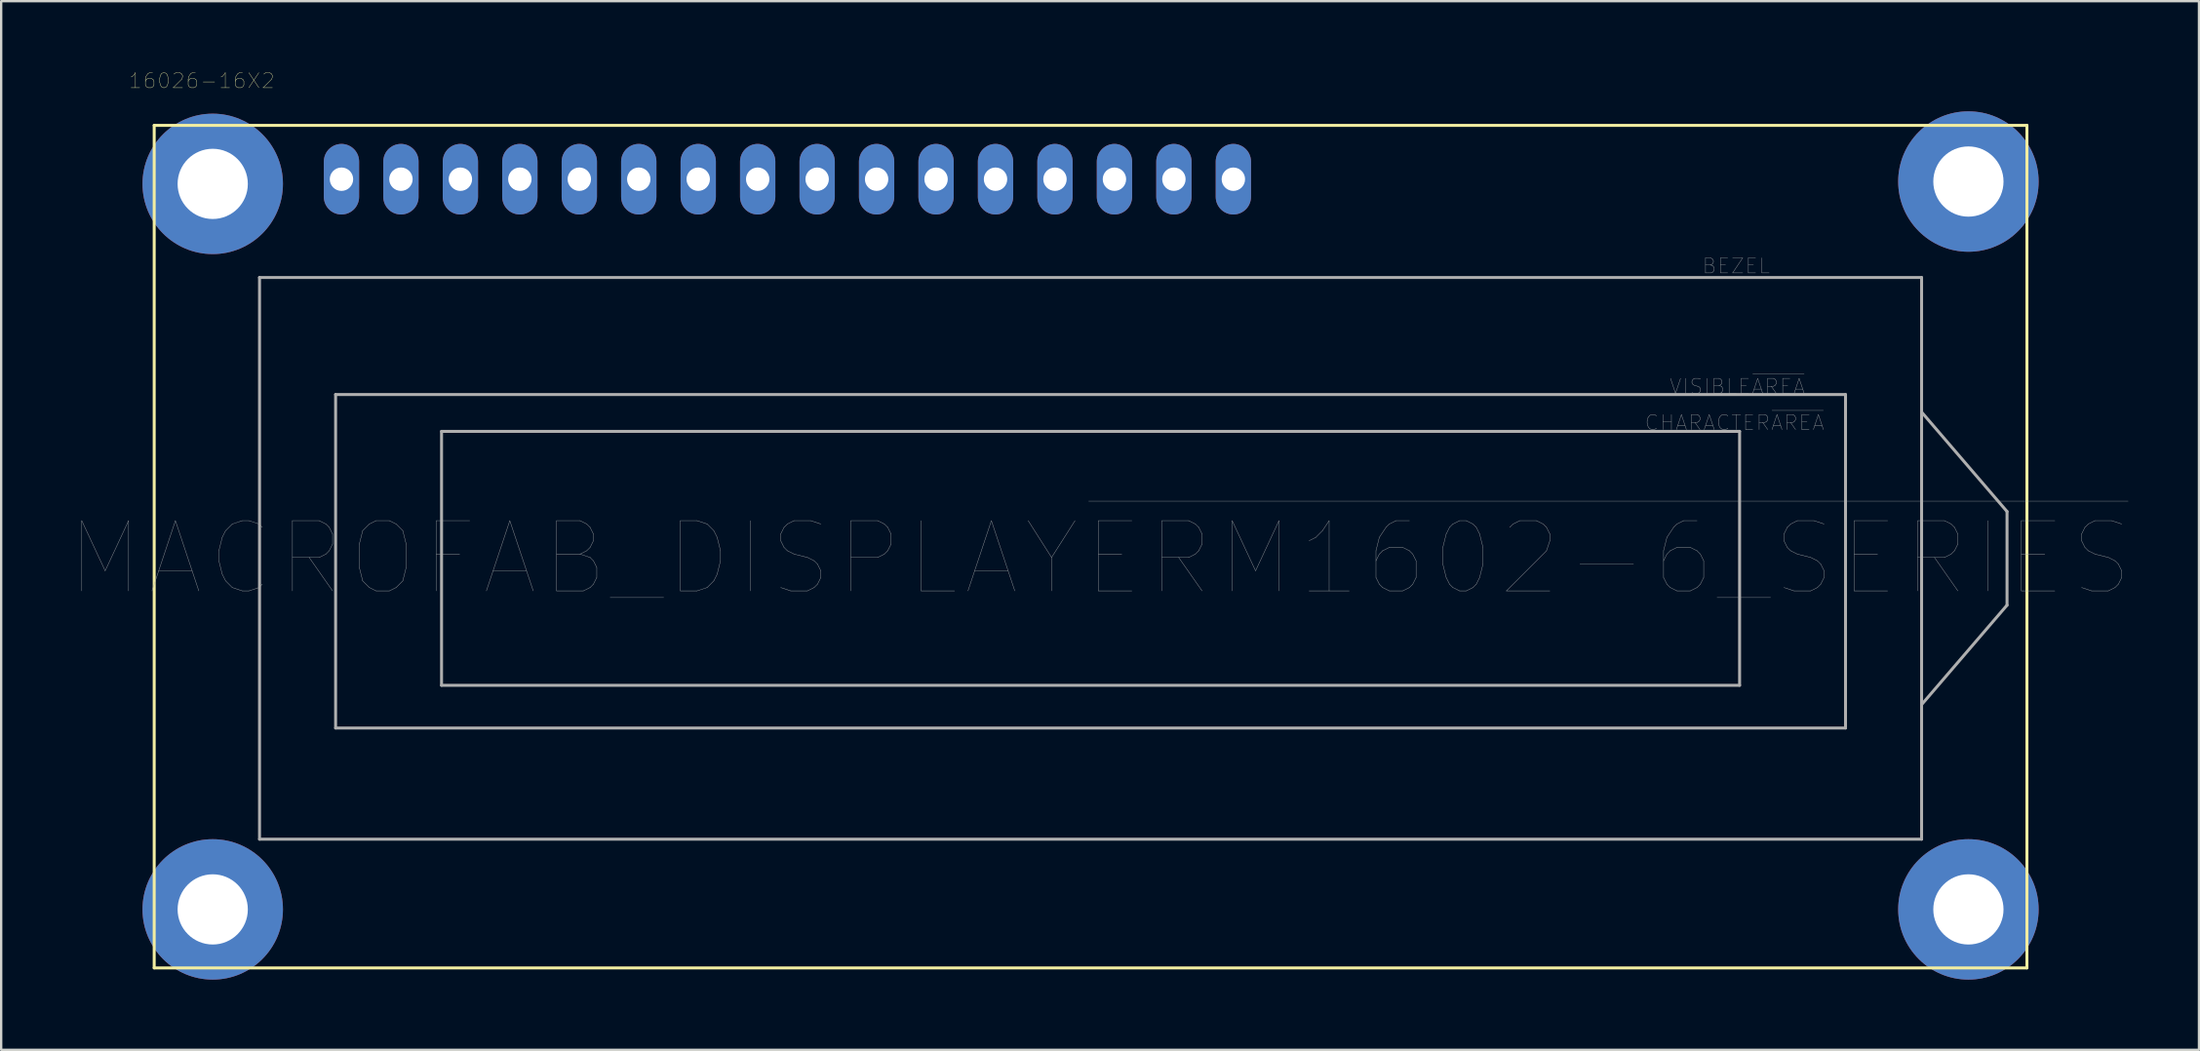
<source format=kicad_pcb>
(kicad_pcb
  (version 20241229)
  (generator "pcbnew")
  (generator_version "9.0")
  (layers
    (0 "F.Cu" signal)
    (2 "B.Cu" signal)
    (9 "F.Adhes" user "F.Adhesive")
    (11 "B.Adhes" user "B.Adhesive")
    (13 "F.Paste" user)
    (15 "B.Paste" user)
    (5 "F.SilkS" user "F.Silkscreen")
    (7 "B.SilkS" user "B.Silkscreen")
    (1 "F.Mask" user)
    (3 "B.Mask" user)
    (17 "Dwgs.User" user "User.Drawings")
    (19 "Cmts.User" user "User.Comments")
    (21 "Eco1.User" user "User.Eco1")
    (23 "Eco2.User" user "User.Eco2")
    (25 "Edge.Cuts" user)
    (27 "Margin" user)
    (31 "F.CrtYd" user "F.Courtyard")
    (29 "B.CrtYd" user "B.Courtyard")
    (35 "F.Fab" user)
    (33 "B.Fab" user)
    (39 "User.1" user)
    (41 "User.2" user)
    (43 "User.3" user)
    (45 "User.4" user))
  (footprint "16026-16X2"
    (layer "F.Cu")
    (at 3.537 2.307)
    (property "Reference" "16026-16X2" (at 2.032 -1.906 0) (layer "F.SilkS") (effects (font (size 0.64 0.64) (thickness 0.015))))
    (attr through_hole)
    (fp_line (start 0 0) (end 0 36) (stroke (width 0.127) (type solid)) (layer "F.SilkS"))
    (fp_line (start 0 0) (end 80 0) (stroke (width 0.127) (type solid)) (layer "F.SilkS"))
    (fp_line (start 0 36) (end 80 36) (stroke (width 0.127) (type solid)) (layer "F.SilkS"))
    (fp_line (start 80 36) (end 80 0) (stroke (width 0.127) (type solid)) (layer "F.SilkS"))
    (fp_line (start 4.5 6.5) (end 4.5 30.5) (stroke (width 0.127) (type solid)) (layer "F.Fab"))
    (fp_line (start 4.5 30.5) (end 75.5 30.5) (stroke (width 0.127) (type solid)) (layer "F.Fab"))
    (fp_line (start 7.75 11.5) (end 7.75 25.75) (stroke (width 0.127) (type solid)) (layer "F.Fab"))
    (fp_line (start 7.75 25.75) (end 72.25 25.75) (stroke (width 0.127) (type solid)) (layer "F.Fab"))
    (fp_line (start 12.275 13.075) (end 12.275 23.925) (stroke (width 0.127) (type solid)) (layer "F.Fab"))
    (fp_line (start 12.275 23.925) (end 67.725 23.925) (stroke (width 0.127) (type solid)) (layer "F.Fab"))
    (fp_line (start 67.725 13.075) (end 12.275 13.075) (stroke (width 0.127) (type solid)) (layer "F.Fab"))
    (fp_line (start 67.725 23.925) (end 67.725 13.075) (stroke (width 0.127) (type solid)) (layer "F.Fab"))
    (fp_line (start 72.25 11.5) (end 7.75 11.5) (stroke (width 0.127) (type solid)) (layer "F.Fab"))
    (fp_line (start 72.25 25.75) (end 72.25 11.5) (stroke (width 0.127) (type solid)) (layer "F.Fab"))
    (fp_line (start 75.5 6.5) (end 4.5 6.5) (stroke (width 0.127) (type solid)) (layer "F.Fab"))
    (fp_line (start 75.5 12.25) (end 75.5 6.5) (stroke (width 0.127) (type solid)) (layer "F.Fab"))
    (fp_line (start 75.5 12.25) (end 79.15 16.5) (stroke (width 0.127) (type solid)) (layer "F.Fab"))
    (fp_line (start 75.5 24.75) (end 75.5 12.25) (stroke (width 0.127) (type solid)) (layer "F.Fab"))
    (fp_line (start 75.5 30.5) (end 75.5 24.75) (stroke (width 0.127) (type solid)) (layer "F.Fab"))
    (fp_line (start 79.15 16.5) (end 79.15 20.5) (stroke (width 0.127) (type solid)) (layer "F.Fab"))
    (fp_line (start 79.15 20.5) (end 75.5 24.75) (stroke (width 0.127) (type solid)) (layer "F.Fab"))
    (fp_text user "BEZEL" (at 67.582 6.007 0) (layer "F.Fab") (effects (font (size 0.641 0.641) (thickness 0.015))))
    (fp_text user "VISIBLE~{AREA}" (at 67.629 11.156 0) (layer "F.Fab") (effects (font (size 0.641 0.641) (thickness 0.015))))
    (fp_text user "CHARACTER~{AREA}" (at 67.51 12.702 0) (layer "F.Fab") (effects (font (size 0.64 0.64) (thickness 0.015))))
    (fp_text user "MACROFAB_DISPLAY~{ERM1602-6_SERIES}" (at 40.406 18.503 0) (layer "F.Fab") (effects (font (size 3 3) (thickness 0.015))))
    (pad "MNT1" thru_hole circle (at 2.5 2.5) (size 6 6) (drill 3) (layers "*.Cu" "*.Mask"))
    (pad "MNT2" thru_hole circle (at 77.5 2.4) (size 6 6) (drill 3) (layers "*.Cu" "*.Mask"))
    (pad "MNT3" thru_hole circle (at 2.5 33.5) (size 6 6) (drill 3) (layers "*.Cu" "*.Mask"))
    (pad "MNT4" thru_hole circle (at 77.5 33.5) (size 6 6) (drill 3) (layers "*.Cu" "*.Mask"))
    (pad "P$1" thru_hole oval (at 8 2.3) (size 1.508 3.016) (drill 1) (layers "*.Cu" "*.Mask"))
    (pad "P$2" thru_hole oval (at 10.54 2.3) (size 1.508 3.016) (drill 1) (layers "*.Cu" "*.Mask"))
    (pad "P$3" thru_hole oval (at 13.08 2.3) (size 1.508 3.016) (drill 1) (layers "*.Cu" "*.Mask"))
    (pad "P$4" thru_hole oval (at 15.62 2.3) (size 1.508 3.016) (drill 1) (layers "*.Cu" "*.Mask"))
    (pad "P$5" thru_hole oval (at 18.16 2.3) (size 1.508 3.016) (drill 1) (layers "*.Cu" "*.Mask"))
    (pad "P$6" thru_hole oval (at 20.7 2.3) (size 1.508 3.016) (drill 1) (layers "*.Cu" "*.Mask"))
    (pad "P$7" thru_hole oval (at 23.24 2.3) (size 1.508 3.016) (drill 1) (layers "*.Cu" "*.Mask"))
    (pad "P$8" thru_hole oval (at 25.78 2.3) (size 1.508 3.016) (drill 1) (layers "*.Cu" "*.Mask"))
    (pad "P$9" thru_hole oval (at 28.32 2.3) (size 1.508 3.016) (drill 1) (layers "*.Cu" "*.Mask"))
    (pad "P$10" thru_hole oval (at 30.86 2.3) (size 1.508 3.016) (drill 1) (layers "*.Cu" "*.Mask"))
    (pad "P$11" thru_hole oval (at 33.4 2.3) (size 1.508 3.016) (drill 1) (layers "*.Cu" "*.Mask"))
    (pad "P$12" thru_hole oval (at 35.94 2.3) (size 1.508 3.016) (drill 1) (layers "*.Cu" "*.Mask"))
    (pad "P$13" thru_hole oval (at 38.48 2.3) (size 1.508 3.016) (drill 1) (layers "*.Cu" "*.Mask"))
    (pad "P$14" thru_hole oval (at 41.02 2.3) (size 1.508 3.016) (drill 1) (layers "*.Cu" "*.Mask"))
    (pad "P$15" thru_hole oval (at 43.56 2.3) (size 1.508 3.016) (drill 1) (layers "*.Cu" "*.Mask"))
    (pad "P$16" thru_hole oval (at 46.1 2.3) (size 1.508 3.016) (drill 1) (layers "*.Cu" "*.Mask")))
  (gr_rect
    (start -3 -3)
    (end 90.886 41.807)
    (stroke (width 0.1) (type default))
    (fill no)
    (layer "Edge.Cuts")))
</source>
